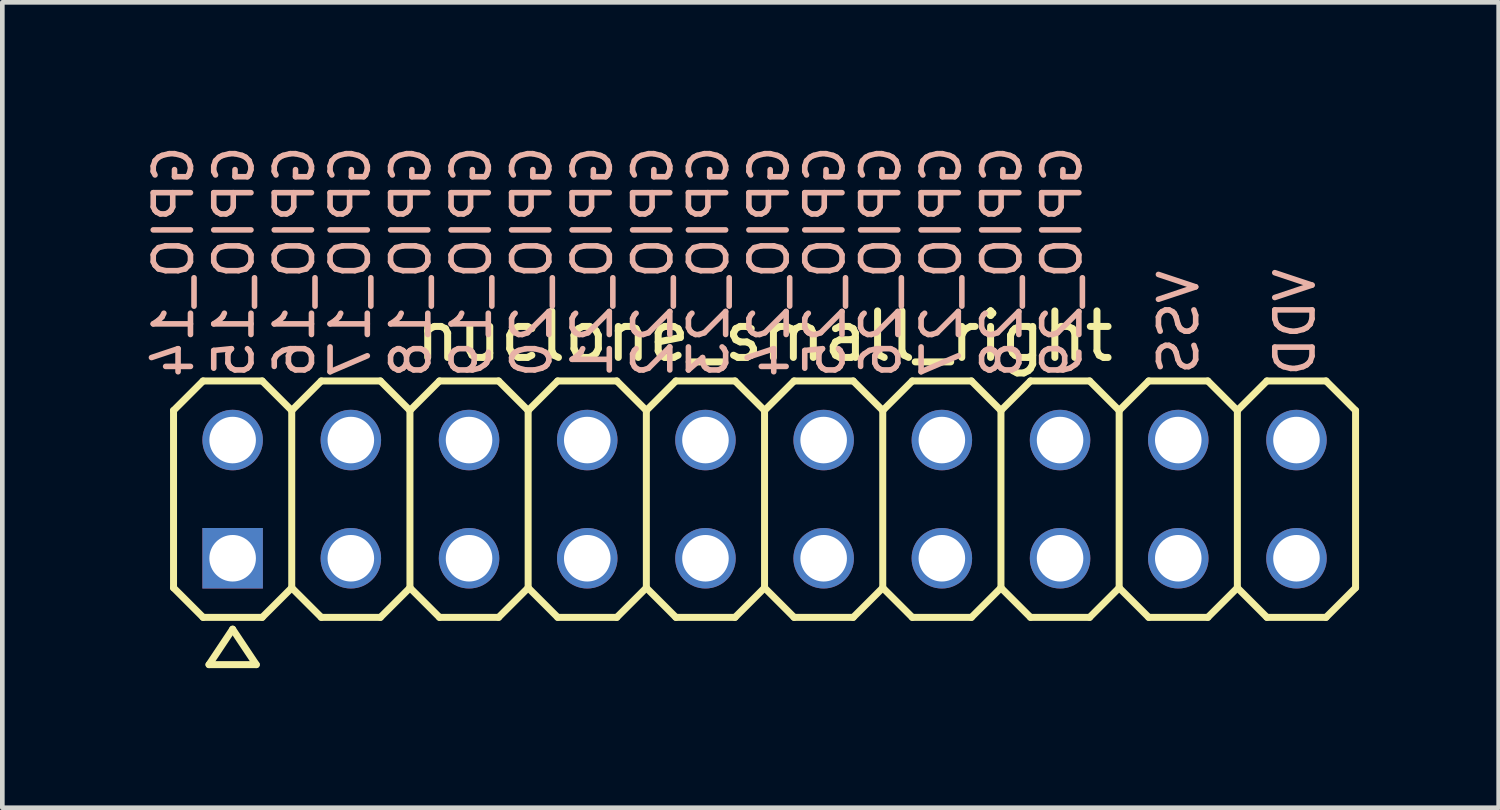
<source format=kicad_pcb>
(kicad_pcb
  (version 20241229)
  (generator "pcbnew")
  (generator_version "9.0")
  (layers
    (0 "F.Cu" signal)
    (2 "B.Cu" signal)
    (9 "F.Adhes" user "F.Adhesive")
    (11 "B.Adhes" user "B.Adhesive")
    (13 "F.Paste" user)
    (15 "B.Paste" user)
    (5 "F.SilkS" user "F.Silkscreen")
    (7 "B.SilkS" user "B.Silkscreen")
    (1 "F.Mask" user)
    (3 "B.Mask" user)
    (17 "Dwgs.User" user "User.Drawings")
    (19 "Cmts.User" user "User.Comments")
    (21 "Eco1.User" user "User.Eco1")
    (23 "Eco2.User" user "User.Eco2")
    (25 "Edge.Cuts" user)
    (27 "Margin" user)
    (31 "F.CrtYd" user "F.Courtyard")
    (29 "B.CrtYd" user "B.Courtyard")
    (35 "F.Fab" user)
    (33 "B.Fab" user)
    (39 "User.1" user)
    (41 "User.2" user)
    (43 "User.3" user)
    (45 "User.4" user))
  (footprint "nuclone_small_right"
    (layer "F.Cu")
    (at 13.379 7.676)
    (property "Reference" "nuclone_small_right" (at 0 -3.5 0) (layer "F.SilkS") (effects (font (size 1 1) (thickness 0.15))))
    (attr exclude_from_pos_files exclude_from_bom)
    (fp_line (start -12.7 -1.905) (end -12.065 -2.54) (stroke (width 0.15) (type solid)) (layer "F.SilkS"))
    (fp_line (start -12.7 1.905) (end -12.7 -1.905) (stroke (width 0.15) (type solid)) (layer "F.SilkS"))
    (fp_line (start -12.7 1.905) (end -12.065 2.54) (stroke (width 0.15) (type solid)) (layer "F.SilkS"))
    (fp_line (start -12.065 -2.54) (end -10.795 -2.54) (stroke (width 0.15) (type solid)) (layer "F.SilkS"))
    (fp_line (start -12.065 2.54) (end -10.795 2.54) (stroke (width 0.15) (type solid)) (layer "F.SilkS"))
    (fp_line (start -11.938 3.556) (end -10.922 3.556) (stroke (width 0.15) (type solid)) (layer "F.SilkS"))
    (fp_line (start -11.43 2.794) (end -11.938 3.556) (stroke (width 0.15) (type solid)) (layer "F.SilkS"))
    (fp_line (start -10.922 3.556) (end -11.43 2.794) (stroke (width 0.15) (type solid)) (layer "F.SilkS"))
    (fp_line (start -10.795 -2.54) (end -10.16 -1.905) (stroke (width 0.15) (type solid)) (layer "F.SilkS"))
    (fp_line (start -10.795 2.54) (end -10.16 1.905) (stroke (width 0.15) (type solid)) (layer "F.SilkS"))
    (fp_line (start -10.16 -1.905) (end -10.16 1.905) (stroke (width 0.15) (type solid)) (layer "F.SilkS"))
    (fp_line (start -10.16 -1.905) (end -9.525 -2.54) (stroke (width 0.15) (type solid)) (layer "F.SilkS"))
    (fp_line (start -10.16 1.905) (end -9.525 2.54) (stroke (width 0.15) (type solid)) (layer "F.SilkS"))
    (fp_line (start -9.525 -2.54) (end -8.255 -2.54) (stroke (width 0.15) (type solid)) (layer "F.SilkS"))
    (fp_line (start -9.525 2.54) (end -8.255 2.54) (stroke (width 0.15) (type solid)) (layer "F.SilkS"))
    (fp_line (start -8.255 -2.54) (end -7.62 -1.905) (stroke (width 0.15) (type solid)) (layer "F.SilkS"))
    (fp_line (start -8.255 2.54) (end -7.62 1.905) (stroke (width 0.15) (type solid)) (layer "F.SilkS"))
    (fp_line (start -7.62 -1.905) (end -7.62 1.905) (stroke (width 0.15) (type solid)) (layer "F.SilkS"))
    (fp_line (start -7.62 -1.905) (end -6.985 -2.54) (stroke (width 0.15) (type solid)) (layer "F.SilkS"))
    (fp_line (start -7.62 1.905) (end -6.985 2.54) (stroke (width 0.15) (type solid)) (layer "F.SilkS"))
    (fp_line (start -6.985 -2.54) (end -5.715 -2.54) (stroke (width 0.15) (type solid)) (layer "F.SilkS"))
    (fp_line (start -6.985 2.54) (end -5.715 2.54) (stroke (width 0.15) (type solid)) (layer "F.SilkS"))
    (fp_line (start -5.715 -2.54) (end -5.08 -1.905) (stroke (width 0.15) (type solid)) (layer "F.SilkS"))
    (fp_line (start -5.715 2.54) (end -5.08 1.905) (stroke (width 0.15) (type solid)) (layer "F.SilkS"))
    (fp_line (start -5.08 -1.905) (end -5.08 1.905) (stroke (width 0.15) (type solid)) (layer "F.SilkS"))
    (fp_line (start -5.08 -1.905) (end -4.445 -2.54) (stroke (width 0.15) (type solid)) (layer "F.SilkS"))
    (fp_line (start -5.08 1.905) (end -4.445 2.54) (stroke (width 0.15) (type solid)) (layer "F.SilkS"))
    (fp_line (start -4.445 -2.54) (end -3.175 -2.54) (stroke (width 0.15) (type solid)) (layer "F.SilkS"))
    (fp_line (start -4.445 2.54) (end -3.175 2.54) (stroke (width 0.15) (type solid)) (layer "F.SilkS"))
    (fp_line (start -3.175 -2.54) (end -2.54 -1.905) (stroke (width 0.15) (type solid)) (layer "F.SilkS"))
    (fp_line (start -3.175 2.54) (end -2.54 1.905) (stroke (width 0.15) (type solid)) (layer "F.SilkS"))
    (fp_line (start -2.54 -1.905) (end -2.54 1.905) (stroke (width 0.15) (type solid)) (layer "F.SilkS"))
    (fp_line (start -2.54 -1.905) (end -1.905 -2.54) (stroke (width 0.15) (type solid)) (layer "F.SilkS"))
    (fp_line (start -2.54 1.905) (end -1.905 2.54) (stroke (width 0.15) (type solid)) (layer "F.SilkS"))
    (fp_line (start -1.905 -2.54) (end -0.635 -2.54) (stroke (width 0.15) (type solid)) (layer "F.SilkS"))
    (fp_line (start -1.905 2.54) (end -0.635 2.54) (stroke (width 0.15) (type solid)) (layer "F.SilkS"))
    (fp_line (start -0.635 -2.54) (end 0 -1.905) (stroke (width 0.15) (type solid)) (layer "F.SilkS"))
    (fp_line (start -0.635 2.54) (end 0 1.905) (stroke (width 0.15) (type solid)) (layer "F.SilkS"))
    (fp_line (start 0 -1.905) (end 0 1.905) (stroke (width 0.15) (type solid)) (layer "F.SilkS"))
    (fp_line (start 0 -1.905) (end 0.635 -2.54) (stroke (width 0.15) (type solid)) (layer "F.SilkS"))
    (fp_line (start 0 1.905) (end 0.635 2.54) (stroke (width 0.15) (type solid)) (layer "F.SilkS"))
    (fp_line (start 0.635 -2.54) (end 1.905 -2.54) (stroke (width 0.15) (type solid)) (layer "F.SilkS"))
    (fp_line (start 0.635 2.54) (end 1.905 2.54) (stroke (width 0.15) (type solid)) (layer "F.SilkS"))
    (fp_line (start 1.905 -2.54) (end 2.54 -1.905) (stroke (width 0.15) (type solid)) (layer "F.SilkS"))
    (fp_line (start 1.905 2.54) (end 2.54 1.905) (stroke (width 0.15) (type solid)) (layer "F.SilkS"))
    (fp_line (start 2.54 -1.905) (end 2.54 1.905) (stroke (width 0.15) (type solid)) (layer "F.SilkS"))
    (fp_line (start 2.54 -1.905) (end 3.175 -2.54) (stroke (width 0.15) (type solid)) (layer "F.SilkS"))
    (fp_line (start 2.54 1.905) (end 3.175 2.54) (stroke (width 0.15) (type solid)) (layer "F.SilkS"))
    (fp_line (start 3.175 -2.54) (end 4.445 -2.54) (stroke (width 0.15) (type solid)) (layer "F.SilkS"))
    (fp_line (start 3.175 2.54) (end 4.445 2.54) (stroke (width 0.15) (type solid)) (layer "F.SilkS"))
    (fp_line (start 4.445 -2.54) (end 5.08 -1.905) (stroke (width 0.15) (type solid)) (layer "F.SilkS"))
    (fp_line (start 5.08 -1.905) (end 5.08 1.905) (stroke (width 0.15) (type solid)) (layer "F.SilkS"))
    (fp_line (start 5.08 -1.905) (end 5.715 -2.54) (stroke (width 0.15) (type solid)) (layer "F.SilkS"))
    (fp_line (start 5.08 1.905) (end 4.445 2.54) (stroke (width 0.15) (type solid)) (layer "F.SilkS"))
    (fp_line (start 5.08 1.905) (end 5.715 2.54) (stroke (width 0.15) (type solid)) (layer "F.SilkS"))
    (fp_line (start 5.715 -2.54) (end 6.985 -2.54) (stroke (width 0.15) (type solid)) (layer "F.SilkS"))
    (fp_line (start 5.715 2.54) (end 6.985 2.54) (stroke (width 0.15) (type solid)) (layer "F.SilkS"))
    (fp_line (start 6.985 -2.54) (end 7.62 -1.905) (stroke (width 0.15) (type solid)) (layer "F.SilkS"))
    (fp_line (start 7.62 -1.905) (end 7.62 1.905) (stroke (width 0.15) (type solid)) (layer "F.SilkS"))
    (fp_line (start 7.62 -1.905) (end 8.255 -2.54) (stroke (width 0.15) (type solid)) (layer "F.SilkS"))
    (fp_line (start 7.62 1.905) (end 6.985 2.54) (stroke (width 0.15) (type solid)) (layer "F.SilkS"))
    (fp_line (start 7.62 1.905) (end 8.255 2.54) (stroke (width 0.15) (type solid)) (layer "F.SilkS"))
    (fp_line (start 8.255 -2.54) (end 9.525 -2.54) (stroke (width 0.15) (type solid)) (layer "F.SilkS"))
    (fp_line (start 8.255 2.54) (end 9.525 2.54) (stroke (width 0.15) (type solid)) (layer "F.SilkS"))
    (fp_line (start 9.525 -2.54) (end 10.16 -1.905) (stroke (width 0.15) (type solid)) (layer "F.SilkS"))
    (fp_line (start 10.16 -1.905) (end 10.16 1.905) (stroke (width 0.15) (type solid)) (layer "F.SilkS"))
    (fp_line (start 10.16 -1.905) (end 10.795 -2.54) (stroke (width 0.15) (type solid)) (layer "F.SilkS"))
    (fp_line (start 10.16 1.905) (end 9.525 2.54) (stroke (width 0.15) (type solid)) (layer "F.SilkS"))
    (fp_line (start 10.16 1.905) (end 10.795 2.54) (stroke (width 0.15) (type solid)) (layer "F.SilkS"))
    (fp_line (start 10.795 -2.54) (end 12.065 -2.54) (stroke (width 0.15) (type solid)) (layer "F.SilkS"))
    (fp_line (start 10.795 2.54) (end 12.065 2.54) (stroke (width 0.15) (type solid)) (layer "F.SilkS"))
    (fp_line (start 12.065 -2.54) (end 12.7 -1.905) (stroke (width 0.15) (type solid)) (layer "F.SilkS"))
    (fp_line (start 12.7 -1.905) (end 12.7 1.905) (stroke (width 0.15) (type solid)) (layer "F.SilkS"))
    (fp_line (start 12.7 1.905) (end 12.065 2.54) (stroke (width 0.15) (type solid)) (layer "F.SilkS"))
    (fp_text user "GPIO_22" (at -2.4 -5.1 270) (layer "B.SilkS") (effects (font (size 0.8 0.8) (thickness 0.12)) (justify mirror)))
    (fp_text user "GPIO_29" (at 6.39 -5.1 270) (layer "B.SilkS") (effects (font (size 0.8 0.8) (thickness 0.12)) (justify mirror)))
    (fp_text user "GPIO_17" (at -8.9 -5.1 270) (layer "B.SilkS") (effects (font (size 0.8 0.8) (thickness 0.12)) (justify mirror)))
    (fp_text user "GPIO_16" (at -10.1 -5.1 270) (layer "B.SilkS") (effects (font (size 0.8 0.8) (thickness 0.12)) (justify mirror)))
    (fp_text user "GPIO_14" (at -12.7 -5.1 270) (layer "B.SilkS") (effects (font (size 0.8 0.8) (thickness 0.12)) (justify mirror)))
    (fp_text user "VDD" (at 11.4 -3.8 270) (layer "B.SilkS") (effects (font (size 0.8 0.8) (thickness 0.12)) (justify mirror)))
    (fp_text user "VSS" (at 8.9 -3.8 270) (layer "B.SilkS") (effects (font (size 0.8 0.8) (thickness 0.12)) (justify mirror)))
    (fp_text user "GPIO_20" (at -5 -5.1 270) (layer "B.SilkS") (effects (font (size 0.8 0.8) (thickness 0.12)) (justify mirror)))
    (fp_text user "GPIO_27" (at 3.8 -5.1 270) (layer "B.SilkS") (effects (font (size 0.8 0.8) (thickness 0.12)) (justify mirror)))
    (fp_text user "GPIO_24" (at 0.1 -5.1 270) (layer "B.SilkS") (effects (font (size 0.8 0.8) (thickness 0.12)) (justify mirror)))
    (fp_text user "GPIO_21" (at -3.7 -5.1 270) (layer "B.SilkS") (effects (font (size 0.8 0.8) (thickness 0.12)) (justify mirror)))
    (fp_text user "GPIO_15" (at -11.4 -5.1 270) (layer "B.SilkS") (effects (font (size 0.8 0.8) (thickness 0.12)) (justify mirror)))
    (fp_text user "GPIO_18" (at -7.6 -5.1 270) (layer "B.SilkS") (effects (font (size 0.8 0.8) (thickness 0.12)) (justify mirror)))
    (fp_text user "GPIO_28" (at 5.1 -5.1 270) (layer "B.SilkS") (effects (font (size 0.8 0.8) (thickness 0.12)) (justify mirror)))
    (fp_text user "GPIO_19" (at -6.3 -5.1 270) (layer "B.SilkS") (effects (font (size 0.8 0.8) (thickness 0.12)) (justify mirror)))
    (fp_text user "GPIO_25" (at 1.3 -5.1 270) (layer "B.SilkS") (effects (font (size 0.8 0.8) (thickness 0.12)) (justify mirror)))
    (fp_text user "GPIO_26" (at 2.5 -5.1 270) (layer "B.SilkS") (effects (font (size 0.8 0.8) (thickness 0.12)) (justify mirror)))
    (fp_text user "GPIO_23" (at -1.2 -5.1 270) (layer "B.SilkS") (effects (font (size 0.8 0.8) (thickness 0.12)) (justify mirror)))
    (pad "1" thru_hole rect (at -11.43 1.27) (size 1.3 1.3) (drill 1) (layers "*.Cu" "*.Mask"))
    (pad "2" thru_hole circle (at -11.43 -1.27) (size 1.3 1.3) (drill 1) (layers "*.Cu" "*.Mask"))
    (pad "3" thru_hole circle (at -8.89 1.27) (size 1.3 1.3) (drill 1) (layers "*.Cu" "*.Mask"))
    (pad "4" thru_hole circle (at -8.89 -1.27) (size 1.3 1.3) (drill 1) (layers "*.Cu" "*.Mask"))
    (pad "5" thru_hole circle (at -6.35 1.27) (size 1.3 1.3) (drill 1) (layers "*.Cu" "*.Mask"))
    (pad "6" thru_hole circle (at -6.35 -1.27) (size 1.3 1.3) (drill 1) (layers "*.Cu" "*.Mask"))
    (pad "7" thru_hole circle (at -3.81 1.27) (size 1.3 1.3) (drill 1) (layers "*.Cu" "*.Mask"))
    (pad "8" thru_hole circle (at -3.81 -1.27) (size 1.3 1.3) (drill 1) (layers "*.Cu" "*.Mask"))
    (pad "9" thru_hole circle (at -1.27 1.27) (size 1.3 1.3) (drill 1) (layers "*.Cu" "*.Mask"))
    (pad "10" thru_hole circle (at -1.27 -1.27) (size 1.3 1.3) (drill 1) (layers "*.Cu" "*.Mask"))
    (pad "11" thru_hole circle (at 1.27 1.27) (size 1.3 1.3) (drill 1) (layers "*.Cu" "*.Mask"))
    (pad "12" thru_hole circle (at 1.27 -1.27) (size 1.3 1.3) (drill 1) (layers "*.Cu" "*.Mask"))
    (pad "13" thru_hole circle (at 3.81 1.27) (size 1.3 1.3) (drill 1) (layers "*.Cu" "*.Mask"))
    (pad "14" thru_hole circle (at 3.81 -1.27) (size 1.3 1.3) (drill 1) (layers "*.Cu" "*.Mask"))
    (pad "15" thru_hole circle (at 6.35 1.27) (size 1.3 1.3) (drill 1) (layers "*.Cu" "*.Mask"))
    (pad "16" thru_hole circle (at 6.35 -1.27) (size 1.3 1.3) (drill 1) (layers "*.Cu" "*.Mask"))
    (pad "17" thru_hole circle (at 8.89 1.27) (size 1.3 1.3) (drill 1) (layers "*.Cu" "*.Mask"))
    (pad "18" thru_hole circle (at 8.89 -1.27) (size 1.3 1.3) (drill 1) (layers "*.Cu" "*.Mask"))
    (pad "19" thru_hole circle (at 11.43 1.27) (size 1.3 1.3) (drill 1) (layers "*.Cu" "*.Mask"))
    (pad "20" thru_hole circle (at 11.43 -1.27) (size 1.3 1.3) (drill 1) (layers "*.Cu" "*.Mask")))
  (gr_rect
    (start -3 -3)
    (end 29.154 14.307)
    (stroke (width 0.1) (type default))
    (fill no)
    (layer "Edge.Cuts")))
</source>
